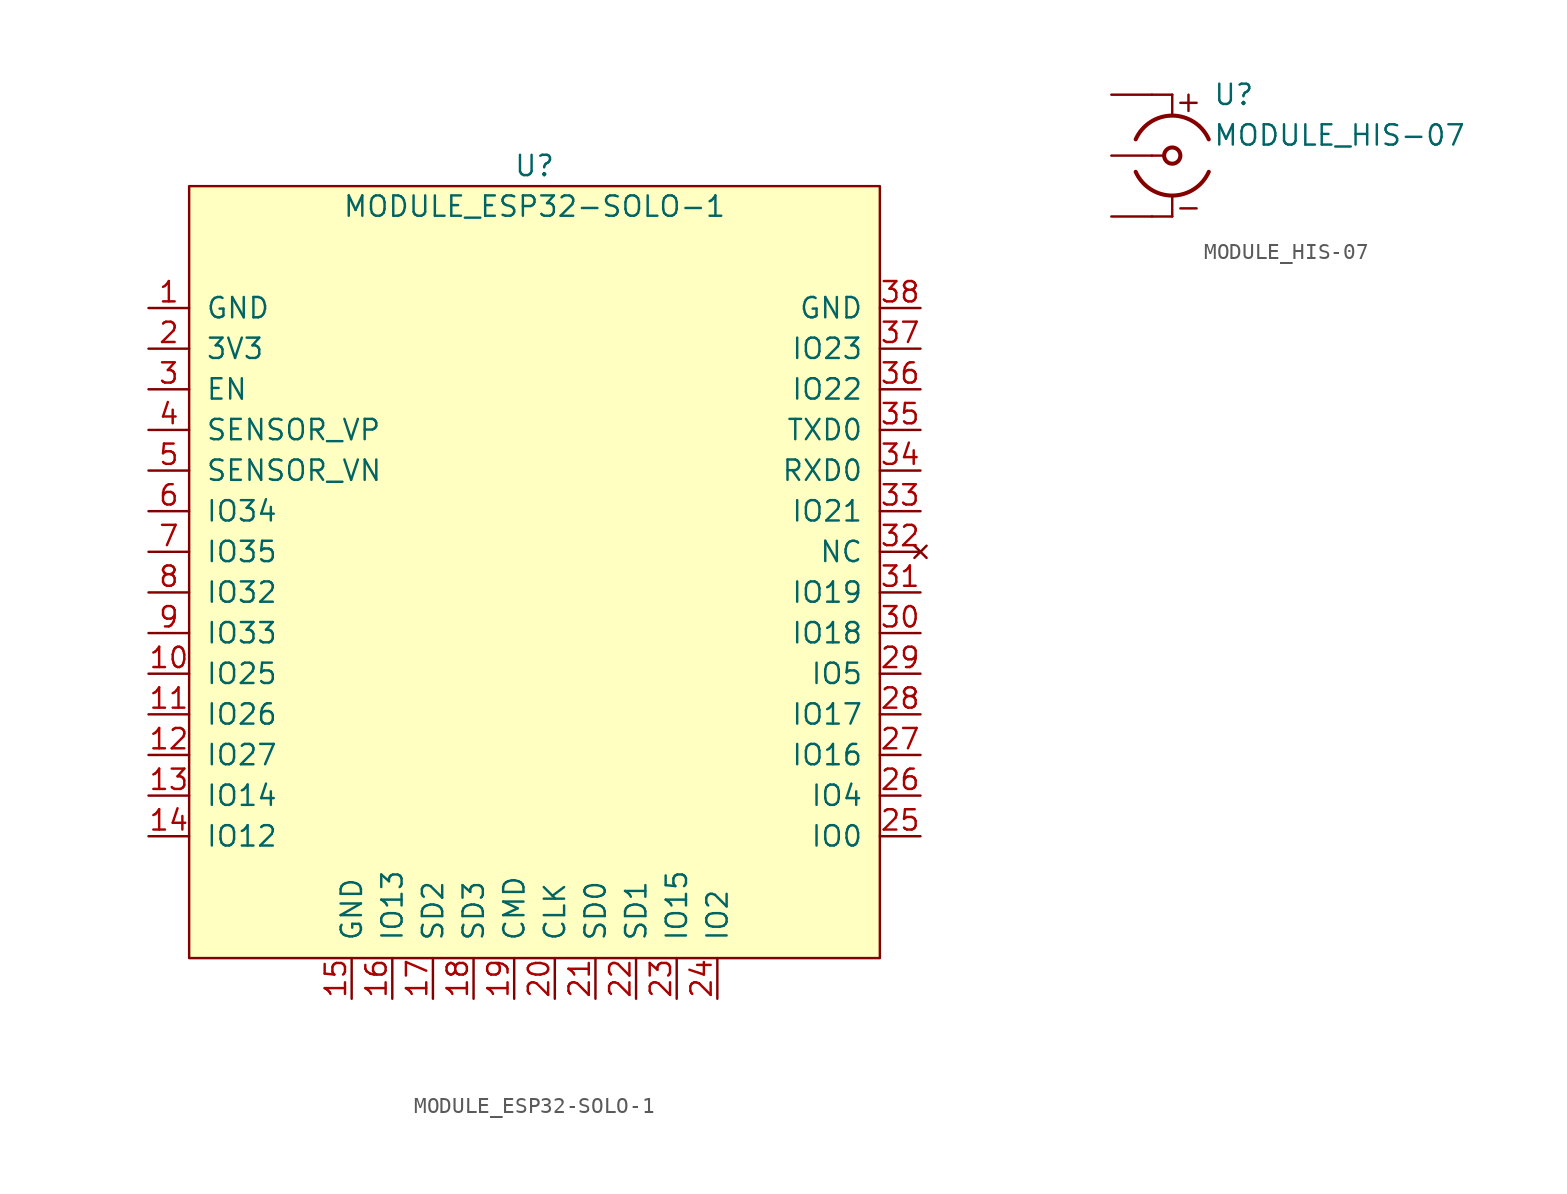
<source format=kicad_sym>
(kicad_symbol_lib
  (version 20211014)
  (generator kicad_symbol_editor)
  (symbol "MODULE_ESP32-SOLO-1"
    (pin_names
      (offset 1.016))
    (property "Reference" "U"
      (at 0 25.4 0)
      (effects (font (size 1.27 1.27))))
    (property "Value" "MODULE_ESP32-SOLO-1"
      (at 0 22.86 0)
      (effects (font (size 1.27 1.27))))
    (symbol "MODULE_ESP32-SOLO-1_0_1"
      (rectangle (start -21.59 -24.13) (end 21.59 24.13) (stroke (width 0) (type default) (color 0 0 0 0)) (fill (type background))))
    (symbol "MODULE_ESP32-SOLO-1_1_1"
      (pin power_in line (at -24.13 16.51 0) (length 2.54) (name "GND" (effects (font (size 1.27 1.27)))) (number "1" (effects (font (size 1.27 1.27)))))
      (pin bidirectional line (at -24.13 -6.35 0) (length 2.54) (name "IO25" (effects (font (size 1.27 1.27)))) (number "10" (effects (font (size 1.27 1.27)))))
      (pin bidirectional line (at -24.13 -8.89 0) (length 2.54) (name "IO26" (effects (font (size 1.27 1.27)))) (number "11" (effects (font (size 1.27 1.27)))))
      (pin bidirectional line (at -24.13 -11.43 0) (length 2.54) (name "IO27" (effects (font (size 1.27 1.27)))) (number "12" (effects (font (size 1.27 1.27)))))
      (pin bidirectional line (at -24.13 -13.97 0) (length 2.54) (name "IO14" (effects (font (size 1.27 1.27)))) (number "13" (effects (font (size 1.27 1.27)))))
      (pin bidirectional line (at -24.13 -16.51 0) (length 2.54) (name "IO12" (effects (font (size 1.27 1.27)))) (number "14" (effects (font (size 1.27 1.27)))))
      (pin power_in line (at -11.43 -26.67 90) (length 2.54) (name "GND" (effects (font (size 1.27 1.27)))) (number "15" (effects (font (size 1.27 1.27)))))
      (pin bidirectional line (at -8.89 -26.67 90) (length 2.54) (name "IO13" (effects (font (size 1.27 1.27)))) (number "16" (effects (font (size 1.27 1.27)))))
      (pin bidirectional line (at -6.35 -26.67 90) (length 2.54) (name "SD2" (effects (font (size 1.27 1.27)))) (number "17" (effects (font (size 1.27 1.27)))))
      (pin bidirectional line (at -3.81 -26.67 90) (length 2.54) (name "SD3" (effects (font (size 1.27 1.27)))) (number "18" (effects (font (size 1.27 1.27)))))
      (pin bidirectional line (at -1.27 -26.67 90) (length 2.54) (name "CMD" (effects (font (size 1.27 1.27)))) (number "19" (effects (font (size 1.27 1.27)))))
      (pin power_in line (at -24.13 13.97 0) (length 2.54) (name "3V3" (effects (font (size 1.27 1.27)))) (number "2" (effects (font (size 1.27 1.27)))))
      (pin bidirectional line (at 1.27 -26.67 90) (length 2.54) (name "CLK" (effects (font (size 1.27 1.27)))) (number "20" (effects (font (size 1.27 1.27)))))
      (pin bidirectional line (at 3.81 -26.67 90) (length 2.54) (name "SD0" (effects (font (size 1.27 1.27)))) (number "21" (effects (font (size 1.27 1.27)))))
      (pin bidirectional line (at 6.35 -26.67 90) (length 2.54) (name "SD1" (effects (font (size 1.27 1.27)))) (number "22" (effects (font (size 1.27 1.27)))))
      (pin bidirectional line (at 8.89 -26.67 90) (length 2.54) (name "IO15" (effects (font (size 1.27 1.27)))) (number "23" (effects (font (size 1.27 1.27)))))
      (pin bidirectional line (at 11.43 -26.67 90) (length 2.54) (name "IO2" (effects (font (size 1.27 1.27)))) (number "24" (effects (font (size 1.27 1.27)))))
      (pin bidirectional line (at 24.13 -16.51 180) (length 2.54) (name "IO0" (effects (font (size 1.27 1.27)))) (number "25" (effects (font (size 1.27 1.27)))))
      (pin bidirectional line (at 24.13 -13.97 180) (length 2.54) (name "IO4" (effects (font (size 1.27 1.27)))) (number "26" (effects (font (size 1.27 1.27)))))
      (pin bidirectional line (at 24.13 -11.43 180) (length 2.54) (name "IO16" (effects (font (size 1.27 1.27)))) (number "27" (effects (font (size 1.27 1.27)))))
      (pin power_in line (at 24.13 -8.89 180) (length 2.54) (name "IO17" (effects (font (size 1.27 1.27)))) (number "28" (effects (font (size 1.27 1.27)))))
      (pin bidirectional line (at 24.13 -6.35 180) (length 2.54) (name "IO5" (effects (font (size 1.27 1.27)))) (number "29" (effects (font (size 1.27 1.27)))))
      (pin input line (at -24.13 11.43 0) (length 2.54) (name "EN" (effects (font (size 1.27 1.27)))) (number "3" (effects (font (size 1.27 1.27)))))
      (pin power_in line (at 24.13 -3.81 180) (length 2.54) (name "IO18" (effects (font (size 1.27 1.27)))) (number "30" (effects (font (size 1.27 1.27)))))
      (pin bidirectional line (at 24.13 -1.27 180) (length 2.54) (name "IO19" (effects (font (size 1.27 1.27)))) (number "31" (effects (font (size 1.27 1.27)))))
      (pin no_connect line (at 24.13 1.27 180) (length 2.54) (name "NC" (effects (font (size 1.27 1.27)))) (number "32" (effects (font (size 1.27 1.27)))))
      (pin bidirectional line (at 24.13 3.81 180) (length 2.54) (name "IO21" (effects (font (size 1.27 1.27)))) (number "33" (effects (font (size 1.27 1.27)))))
      (pin bidirectional line (at 24.13 6.35 180) (length 2.54) (name "RXD0" (effects (font (size 1.27 1.27)))) (number "34" (effects (font (size 1.27 1.27)))))
      (pin bidirectional line (at 24.13 8.89 180) (length 2.54) (name "TXD0" (effects (font (size 1.27 1.27)))) (number "35" (effects (font (size 1.27 1.27)))))
      (pin bidirectional line (at 24.13 11.43 180) (length 2.54) (name "IO22" (effects (font (size 1.27 1.27)))) (number "36" (effects (font (size 1.27 1.27)))))
      (pin bidirectional line (at 24.13 13.97 180) (length 2.54) (name "IO23" (effects (font (size 1.27 1.27)))) (number "37" (effects (font (size 1.27 1.27)))))
      (pin power_in line (at 24.13 16.51 180) (length 2.54) (name "GND" (effects (font (size 1.27 1.27)))) (number "38" (effects (font (size 1.27 1.27)))))
      (pin input line (at -24.13 8.89 0) (length 2.54) (name "SENSOR_VP" (effects (font (size 1.27 1.27)))) (number "4" (effects (font (size 1.27 1.27)))))
      (pin input line (at -24.13 6.35 0) (length 2.54) (name "SENSOR_VN" (effects (font (size 1.27 1.27)))) (number "5" (effects (font (size 1.27 1.27)))))
      (pin input line (at -24.13 3.81 0) (length 2.54) (name "IO34" (effects (font (size 1.27 1.27)))) (number "6" (effects (font (size 1.27 1.27)))))
      (pin input line (at -24.13 1.27 0) (length 2.54) (name "IO35" (effects (font (size 1.27 1.27)))) (number "7" (effects (font (size 1.27 1.27)))))
      (pin bidirectional line (at -24.13 -1.27 0) (length 2.54) (name "IO32" (effects (font (size 1.27 1.27)))) (number "8" (effects (font (size 1.27 1.27)))))
      (pin bidirectional line (at -24.13 -3.81 0) (length 2.54) (name "IO33" (effects (font (size 1.27 1.27)))) (number "9" (effects (font (size 1.27 1.27)))))))
  (symbol "MODULE_HIS-07"
    (pin_numbers hide)
    (pin_names
      (offset 0) hide)
    (property "Reference" "U"
      (at 1.27 3.81 0)
      (effects (font (size 1.27 1.27)) (justify left)))
    (property "Value" "MODULE_HIS-07"
      (at 1.27 1.27 0)
      (effects (font (size 1.27 1.27)) (justify left)))
    (symbol "MODULE_HIS-07_0_0"
      (polyline (pts (xy -1.27 3.81) (xy -2.54 3.81)) (stroke (width 0) (type default) (color 0 0 0 0)) (fill (type none)))
      (polyline (pts (xy -1.27 3.81) (xy -1.27 2.54)) (stroke (width 0) (type default) (color 0 0 0 0)) (fill (type none))))
    (symbol "MODULE_HIS-07_0_1"
      (arc (start -3.556 -1.016) (mid -1.27 -2.5016) (end 1.016 -1.016) (stroke (width 0.254) (type default) (color 0 0 0 0)) (fill (type none)))
      (circle (center -1.27 0) (radius 0.508) (stroke (width 0.254) (type default) (color 0 0 0 0)) (fill (type none))))
    (symbol "MODULE_HIS-07_1_0"
      (polyline (pts (xy -1.778 0) (xy -2.54 0)) (stroke (width 0) (type default) (color 0 0 0 0)) (fill (type none)))
      (polyline (pts (xy -1.27 -3.81) (xy -2.54 -3.81)) (stroke (width 0) (type default) (color 0 0 0 0)) (fill (type none)))
      (polyline (pts (xy -1.27 -2.54) (xy -1.27 -3.81)) (stroke (width 0) (type default) (color 0 0 0 0)) (fill (type none)))
      (polyline (pts (xy -0.762 -3.302) (xy 0.254 -3.302)) (stroke (width 0) (type default) (color 0 0 0 0)) (fill (type none)))
      (polyline (pts (xy -0.762 3.302) (xy 0.254 3.302)) (stroke (width 0) (type default) (color 0 0 0 0)) (fill (type none)))
      (polyline (pts (xy -0.254 2.794) (xy -0.254 3.81)) (stroke (width 0) (type default) (color 0 0 0 0)) (fill (type none))))
    (symbol "MODULE_HIS-07_1_1"
      (arc (start 1.016 1.016) (mid -1.27 2.5016) (end -3.556 1.016) (stroke (width 0.254) (type default) (color 0 0 0 0)) (fill (type none)))
      (pin passive line (at -5.08 3.81 0) (length 2.54) (name "1" (effects (font (size 1.27 1.27)))) (number "1" (effects (font (size 1.27 1.27)))))
      (pin passive line (at -5.08 0 0) (length 2.54) (name "2" (effects (font (size 1.27 1.27)))) (number "2" (effects (font (size 1.27 1.27)))))
      (pin passive line (at -5.08 -3.81 0) (length 2.54) (name "3" (effects (font (size 1.27 1.27)))) (number "3" (effects (font (size 1.27 1.27))))))))
</source>
